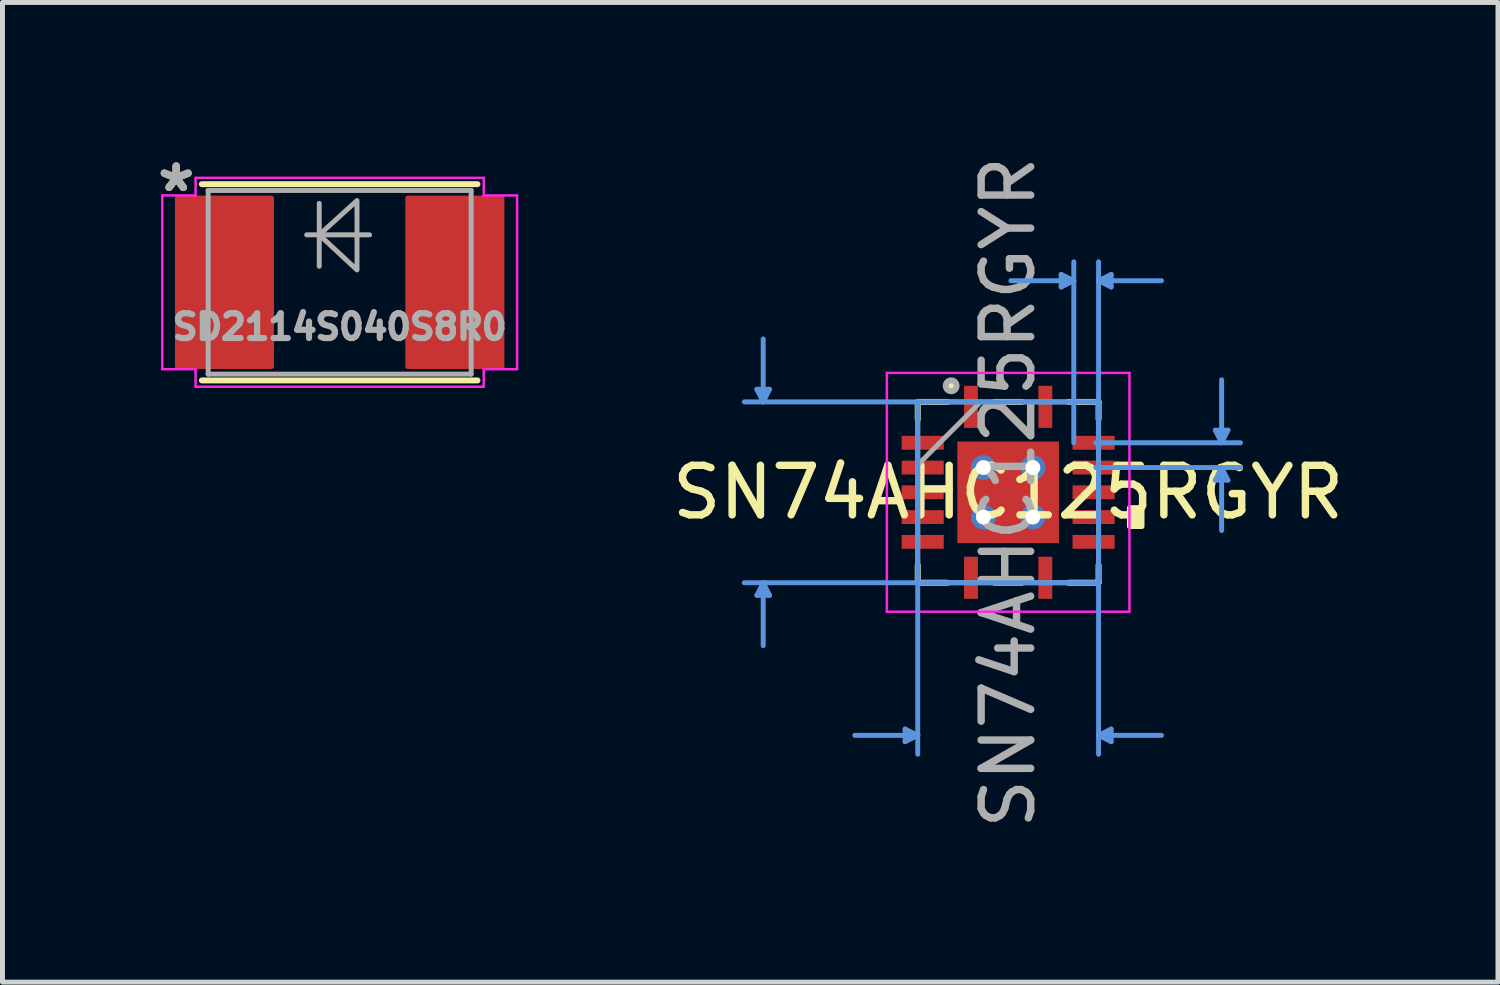
<source format=kicad_pcb>
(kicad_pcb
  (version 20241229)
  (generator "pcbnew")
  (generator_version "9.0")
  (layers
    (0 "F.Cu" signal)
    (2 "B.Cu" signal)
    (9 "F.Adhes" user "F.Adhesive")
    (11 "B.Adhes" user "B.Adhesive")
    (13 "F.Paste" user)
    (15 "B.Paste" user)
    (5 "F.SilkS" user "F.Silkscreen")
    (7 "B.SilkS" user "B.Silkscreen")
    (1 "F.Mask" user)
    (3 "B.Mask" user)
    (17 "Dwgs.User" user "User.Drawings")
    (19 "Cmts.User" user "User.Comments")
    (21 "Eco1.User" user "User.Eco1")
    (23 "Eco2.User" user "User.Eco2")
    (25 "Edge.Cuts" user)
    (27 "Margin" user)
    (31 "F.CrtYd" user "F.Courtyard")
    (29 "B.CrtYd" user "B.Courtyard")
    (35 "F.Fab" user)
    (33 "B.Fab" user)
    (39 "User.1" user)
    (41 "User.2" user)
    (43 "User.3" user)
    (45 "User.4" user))
  (footprint "SD2114S040S8R0"
    (layer "F.Cu")
    (at 3.806 2.648)
    (property "Reference" "SD2114S040S8R0" (at 0 0.9 0) (layer "F.Fab") (effects (font (size 0.5 0.5) (thickness 0.125))))
    (attr smd)
    (fp_line (start -2.781 1.981) (end 2.781 1.981) (stroke (width 0.12) (type solid)) (layer "F.SilkS"))
    (fp_line (start 2.781 -1.981) (end -2.781 -1.981) (stroke (width 0.12) (type solid)) (layer "F.SilkS"))
    (fp_line (start -3.581 -1.753) (end -2.908 -1.753) (stroke (width 0.05) (type solid)) (layer "F.CrtYd"))
    (fp_line (start -3.581 1.753) (end -3.581 -1.753) (stroke (width 0.05) (type solid)) (layer "F.CrtYd"))
    (fp_line (start -2.908 -2.108) (end 2.908 -2.108) (stroke (width 0.05) (type solid)) (layer "F.CrtYd"))
    (fp_line (start -2.908 -1.753) (end -2.908 -2.108) (stroke (width 0.05) (type solid)) (layer "F.CrtYd"))
    (fp_line (start -2.908 1.753) (end -3.581 1.753) (stroke (width 0.05) (type solid)) (layer "F.CrtYd"))
    (fp_line (start -2.908 2.108) (end -2.908 1.753) (stroke (width 0.05) (type solid)) (layer "F.CrtYd"))
    (fp_line (start 2.908 -2.108) (end 2.908 -1.753) (stroke (width 0.05) (type solid)) (layer "F.CrtYd"))
    (fp_line (start 2.908 -1.753) (end 3.581 -1.753) (stroke (width 0.05) (type solid)) (layer "F.CrtYd"))
    (fp_line (start 2.908 1.753) (end 2.908 2.108) (stroke (width 0.05) (type solid)) (layer "F.CrtYd"))
    (fp_line (start 2.908 2.108) (end -2.908 2.108) (stroke (width 0.05) (type solid)) (layer "F.CrtYd"))
    (fp_line (start 3.581 -1.753) (end 3.581 1.753) (stroke (width 0.05) (type solid)) (layer "F.CrtYd"))
    (fp_line (start 3.581 1.753) (end 2.908 1.753) (stroke (width 0.05) (type solid)) (layer "F.CrtYd"))
    (fp_line (start -2.654 -1.854) (end -2.654 1.854) (stroke (width 0.1) (type solid)) (layer "F.Fab"))
    (fp_line (start -2.654 1.854) (end 2.654 1.854) (stroke (width 0.1) (type solid)) (layer "F.Fab"))
    (fp_line (start -0.412 -1.593) (end -0.412 -0.323) (stroke (width 0.1) (type solid)) (layer "F.Fab"))
    (fp_line (start 0.604 -0.958) (end -0.666 -0.958) (stroke (width 0.1) (type solid)) (layer "F.Fab"))
    (fp_line (start 2.654 -1.854) (end -2.654 -1.854) (stroke (width 0.1) (type solid)) (layer "F.Fab"))
    (fp_line (start 2.654 1.854) (end 2.654 -1.854) (stroke (width 0.1) (type solid)) (layer "F.Fab"))
    (fp_poly (pts (xy 0.35 -0.25) (xy -0.412 -0.958) (xy 0.35 -1.65)) (stroke (width 0.1) (type solid)) (fill no) (layer "F.Fab"))
    (fp_text user "*" (at -3.3 -1.8 0) (layer "F.SilkS") (effects (font (size 1 1) (thickness 0.15))))
    (fp_text user "*" (at -3.3 -1.8 0) (layer "F.Fab") (effects (font (size 1 1) (thickness 0.15))))
    (pad "1" smd roundrect (at -2.325 0) (size 2 3.5) (layers "F.Cu" "F.Mask" "F.Paste") (roundrect_rratio 0.025))
    (pad "2" smd roundrect (at 2.325 0) (size 2 3.5) (layers "F.Cu" "F.Mask" "F.Paste") (roundrect_rratio 0.025)))
  (footprint "SN74AHC125RGYR"
    (layer "F.Cu")
    (at 17.299 6.887)
    (property "Reference" "SN74AHC125RGYR" (at 0 0 180) (layer "F.SilkS") (effects (font (size 1 1) (thickness 0.15))))
    (attr smd)
    (fp_rect (start -0.97 -0.97) (end -0.15 -0.15) (stroke (width 0.12) (type solid)) (fill yes) (layer "F.Mask"))
    (fp_rect (start -0.15 0.15) (end -0.97 0.97) (stroke (width 0.12) (type solid)) (fill yes) (layer "F.Mask"))
    (fp_rect (start 0.15 -0.97) (end 0.97 -0.15) (stroke (width 0.12) (type solid)) (fill yes) (layer "F.Mask"))
    (fp_rect (start 0.15 0.15) (end 0.97 0.97) (stroke (width 0.12) (type solid)) (fill yes) (layer "F.Mask"))
    (fp_line (start -1.825 -1.825) (end -1.825 -1.473) (stroke (width 0.12) (type solid)) (layer "F.SilkS"))
    (fp_line (start -1.825 1.473) (end -1.825 1.825) (stroke (width 0.12) (type solid)) (layer "F.SilkS"))
    (fp_line (start -1.825 1.825) (end -1.223 1.825) (stroke (width 0.12) (type solid)) (layer "F.SilkS"))
    (fp_line (start -1.223 -1.825) (end -1.825 -1.825) (stroke (width 0.12) (type solid)) (layer "F.SilkS"))
    (fp_line (start -0.277 1.825) (end 0.277 1.825) (stroke (width 0.12) (type solid)) (layer "F.SilkS"))
    (fp_line (start 0.277 -1.825) (end -0.277 -1.825) (stroke (width 0.12) (type solid)) (layer "F.SilkS"))
    (fp_line (start 1.223 1.825) (end 1.825 1.825) (stroke (width 0.12) (type solid)) (layer "F.SilkS"))
    (fp_line (start 1.825 -1.825) (end 1.223 -1.825) (stroke (width 0.12) (type solid)) (layer "F.SilkS"))
    (fp_line (start 1.825 -1.473) (end 1.825 -1.825) (stroke (width 0.12) (type solid)) (layer "F.SilkS"))
    (fp_line (start 1.825 1.825) (end 1.825 1.473) (stroke (width 0.12) (type solid)) (layer "F.SilkS"))
    (fp_circle (center -1.15 -2.15) (end -1.1 -2.15) (stroke (width 0.12) (type solid)) (fill yes) (layer "F.SilkS"))
    (fp_poly (pts (xy 2.702 0.309) (xy 2.702 0.69) (xy 2.448 0.69) (xy 2.448 0.309)) (stroke (width 0.1) (type solid)) (fill yes) (layer "F.SilkS"))
    (fp_poly (pts (xy -2.143 -1.089) (xy -2.143 -0.911) (xy -1.395 -0.911) (xy -1.395 -1.089)) (stroke (width 0.1) (type solid)) (fill yes) (layer "F.Paste"))
    (fp_poly (pts (xy -2.143 -0.589) (xy -2.143 -0.411) (xy -1.395 -0.411) (xy -1.395 -0.589)) (stroke (width 0.1) (type solid)) (fill yes) (layer "F.Paste"))
    (fp_poly (pts (xy -2.143 -0.089) (xy -2.143 0.089) (xy -1.395 0.089) (xy -1.395 -0.089)) (stroke (width 0.1) (type solid)) (fill yes) (layer "F.Paste"))
    (fp_poly (pts (xy -2.143 0.411) (xy -2.143 0.589) (xy -1.395 0.589) (xy -1.395 0.411)) (stroke (width 0.1) (type solid)) (fill yes) (layer "F.Paste"))
    (fp_poly (pts (xy -2.143 0.911) (xy -2.143 1.089) (xy -1.395 1.089) (xy -1.395 0.911)) (stroke (width 0.1) (type solid)) (fill yes) (layer "F.Paste"))
    (fp_poly (pts (xy -0.839 -2.105) (xy -0.839 -1.357) (xy -0.661 -1.357) (xy -0.661 -2.105)) (stroke (width 0.1) (type solid)) (fill yes) (layer "F.Paste"))
    (fp_poly (pts (xy -0.839 1.357) (xy -0.839 2.105) (xy -0.661 2.105) (xy -0.661 1.357)) (stroke (width 0.1) (type solid)) (fill yes) (layer "F.Paste"))
    (fp_poly (pts (xy 0.661 -2.105) (xy 0.661 -1.357) (xy 0.839 -1.357) (xy 0.839 -2.105)) (stroke (width 0.1) (type solid)) (fill yes) (layer "F.Paste"))
    (fp_poly (pts (xy 0.661 1.357) (xy 0.661 2.105) (xy 0.839 2.105) (xy 0.839 1.357)) (stroke (width 0.1) (type solid)) (fill yes) (layer "F.Paste"))
    (fp_poly (pts (xy 1.395 -1.089) (xy 1.395 -0.911) (xy 2.143 -0.911) (xy 2.143 -1.089)) (stroke (width 0.1) (type solid)) (fill yes) (layer "F.Paste"))
    (fp_poly (pts (xy 1.395 -0.589) (xy 1.395 -0.411) (xy 2.143 -0.411) (xy 2.143 -0.589)) (stroke (width 0.1) (type solid)) (fill yes) (layer "F.Paste"))
    (fp_poly (pts (xy 1.395 -0.089) (xy 1.395 0.089) (xy 2.143 0.089) (xy 2.143 -0.089)) (stroke (width 0.1) (type solid)) (fill yes) (layer "F.Paste"))
    (fp_poly (pts (xy 1.395 0.411) (xy 1.395 0.589) (xy 2.143 0.589) (xy 2.143 0.411)) (stroke (width 0.1) (type solid)) (fill yes) (layer "F.Paste"))
    (fp_poly (pts (xy 1.395 0.911) (xy 1.395 1.089) (xy 2.143 1.089) (xy 2.143 0.911)) (stroke (width 0.1) (type solid)) (fill yes) (layer "F.Paste"))
    (fp_poly (pts (xy -0.95 -0.95) (xy -0.95 -0.494) (xy -0.635 -0.494) (xy -0.494 -0.635) (xy -0.494 -0.95)) (stroke (width 0.1) (type solid)) (fill yes) (layer "F.Paste"))
    (fp_poly (pts (xy -0.95 0.494) (xy -0.95 0.95) (xy -0.494 0.95) (xy -0.494 0.635) (xy -0.635 0.494)) (stroke (width 0.1) (type solid)) (fill yes) (layer "F.Paste"))
    (fp_poly (pts (xy 0.494 -0.95) (xy 0.494 -0.635) (xy 0.635 -0.494) (xy 0.95 -0.494) (xy 0.95 -0.95)) (stroke (width 0.1) (type solid)) (fill yes) (layer "F.Paste"))
    (fp_poly (pts (xy 0.635 0.494) (xy 0.494 0.635) (xy 0.494 0.95) (xy 0.95 0.95) (xy 0.95 0.494)) (stroke (width 0.1) (type solid)) (fill yes) (layer "F.Paste"))
    (fp_poly (pts (xy -0.95 -0.294) (xy -0.95 0.294) (xy -0.635 0.294) (xy -0.494 0.152) (xy -0.494 -0.152) (xy -0.635 -0.294)) (stroke (width 0.1) (type solid)) (fill yes) (layer "F.Paste"))
    (fp_poly (pts (xy -0.294 -0.95) (xy -0.294 -0.635) (xy -0.152 -0.494) (xy 0.152 -0.494) (xy 0.294 -0.635) (xy 0.294 -0.95)) (stroke (width 0.1) (type solid)) (fill yes) (layer "F.Paste"))
    (fp_poly (pts (xy -0.152 0.494) (xy -0.294 0.635) (xy -0.294 0.95) (xy 0.294 0.95) (xy 0.294 0.635) (xy 0.152 0.494)) (stroke (width 0.1) (type solid)) (fill yes) (layer "F.Paste"))
    (fp_poly (pts (xy 0.635 -0.294) (xy 0.494 -0.152) (xy 0.494 0.152) (xy 0.635 0.294) (xy 0.95 0.294) (xy 0.95 -0.294)) (stroke (width 0.1) (type solid)) (fill yes) (layer "F.Paste"))
    (fp_poly (pts (xy -0.152 -0.294) (xy -0.294 -0.152) (xy -0.294 0.152) (xy -0.152 0.294) (xy 0.152 0.294) (xy 0.294 0.152) (xy 0.294 -0.152) (xy 0.152 -0.294)) (stroke (width 0.1) (type solid)) (fill yes) (layer "F.Paste"))
    (fp_line (start -5.071 -2.079) (end -4.817 -2.079) (stroke (width 0.1) (type solid)) (layer "Cmts.User"))
    (fp_line (start -5.071 2.079) (end -4.817 2.079) (stroke (width 0.1) (type solid)) (layer "Cmts.User"))
    (fp_line (start -4.944 -1.825) (end -5.071 -2.079) (stroke (width 0.1) (type solid)) (layer "Cmts.User"))
    (fp_line (start -4.944 -1.825) (end -4.944 -3.095) (stroke (width 0.1) (type solid)) (layer "Cmts.User"))
    (fp_line (start -4.944 -1.825) (end -4.817 -2.079) (stroke (width 0.1) (type solid)) (layer "Cmts.User"))
    (fp_line (start -4.944 1.825) (end -5.071 2.079) (stroke (width 0.1) (type solid)) (layer "Cmts.User"))
    (fp_line (start -4.944 1.825) (end -4.944 3.095) (stroke (width 0.1) (type solid)) (layer "Cmts.User"))
    (fp_line (start -4.944 1.825) (end -4.817 2.079) (stroke (width 0.1) (type solid)) (layer "Cmts.User"))
    (fp_line (start -2.079 4.779) (end -2.079 5.033) (stroke (width 0.1) (type solid)) (layer "Cmts.User"))
    (fp_line (start -1.825 -1.825) (end -1.825 5.287) (stroke (width 0.1) (type solid)) (layer "Cmts.User"))
    (fp_line (start -1.825 4.906) (end -3.095 4.906) (stroke (width 0.1) (type solid)) (layer "Cmts.User"))
    (fp_line (start -1.825 4.906) (end -2.079 4.779) (stroke (width 0.1) (type solid)) (layer "Cmts.User"))
    (fp_line (start -1.825 4.906) (end -2.079 5.033) (stroke (width 0.1) (type solid)) (layer "Cmts.User"))
    (fp_line (start 1.071 -4.398) (end 1.071 -4.144) (stroke (width 0.1) (type solid)) (layer "Cmts.User"))
    (fp_line (start 1.325 -4.271) (end 0.055 -4.271) (stroke (width 0.1) (type solid)) (layer "Cmts.User"))
    (fp_line (start 1.325 -4.271) (end 1.071 -4.398) (stroke (width 0.1) (type solid)) (layer "Cmts.User"))
    (fp_line (start 1.325 -4.271) (end 1.071 -4.144) (stroke (width 0.1) (type solid)) (layer "Cmts.User"))
    (fp_line (start 1.325 -1) (end 1.325 -4.652) (stroke (width 0.1) (type solid)) (layer "Cmts.User"))
    (fp_line (start 1.769 -1) (end 4.69 -1) (stroke (width 0.1) (type solid)) (layer "Cmts.User"))
    (fp_line (start 1.769 -0.5) (end 4.69 -0.5) (stroke (width 0.1) (type solid)) (layer "Cmts.User"))
    (fp_line (start 1.825 -4.271) (end 2.079 -4.398) (stroke (width 0.1) (type solid)) (layer "Cmts.User"))
    (fp_line (start 1.825 -4.271) (end 2.079 -4.144) (stroke (width 0.1) (type solid)) (layer "Cmts.User"))
    (fp_line (start 1.825 -4.271) (end 3.095 -4.271) (stroke (width 0.1) (type solid)) (layer "Cmts.User"))
    (fp_line (start 1.825 -1) (end 1.825 -4.652) (stroke (width 0.1) (type solid)) (layer "Cmts.User"))
    (fp_line (start 1.825 -1.825) (end -5.325 -1.825) (stroke (width 0.1) (type solid)) (layer "Cmts.User"))
    (fp_line (start 1.825 -1.825) (end 1.825 5.287) (stroke (width 0.1) (type solid)) (layer "Cmts.User"))
    (fp_line (start 1.825 1.825) (end -5.325 1.825) (stroke (width 0.1) (type solid)) (layer "Cmts.User"))
    (fp_line (start 1.825 4.906) (end 2.079 4.779) (stroke (width 0.1) (type solid)) (layer "Cmts.User"))
    (fp_line (start 1.825 4.906) (end 2.079 5.033) (stroke (width 0.1) (type solid)) (layer "Cmts.User"))
    (fp_line (start 1.825 4.906) (end 3.095 4.906) (stroke (width 0.1) (type solid)) (layer "Cmts.User"))
    (fp_line (start 2.079 -4.398) (end 2.079 -4.144) (stroke (width 0.1) (type solid)) (layer "Cmts.User"))
    (fp_line (start 2.079 4.779) (end 2.079 5.033) (stroke (width 0.1) (type solid)) (layer "Cmts.User"))
    (fp_line (start 4.182 -1.254) (end 4.436 -1.254) (stroke (width 0.1) (type solid)) (layer "Cmts.User"))
    (fp_line (start 4.182 -0.246) (end 4.436 -0.246) (stroke (width 0.1) (type solid)) (layer "Cmts.User"))
    (fp_line (start 4.309 -1) (end 4.182 -1.254) (stroke (width 0.1) (type solid)) (layer "Cmts.User"))
    (fp_line (start 4.309 -1) (end 4.309 -2.27) (stroke (width 0.1) (type solid)) (layer "Cmts.User"))
    (fp_line (start 4.309 -1) (end 4.436 -1.254) (stroke (width 0.1) (type solid)) (layer "Cmts.User"))
    (fp_line (start 4.309 -0.5) (end 4.182 -0.246) (stroke (width 0.1) (type solid)) (layer "Cmts.User"))
    (fp_line (start 4.309 -0.5) (end 4.309 0.77) (stroke (width 0.1) (type solid)) (layer "Cmts.User"))
    (fp_line (start 4.309 -0.5) (end 4.436 -0.246) (stroke (width 0.1) (type solid)) (layer "Cmts.User"))
    (fp_line (start -2.448 -2.41) (end 2.448 -2.41) (stroke (width 0.05) (type solid)) (layer "F.CrtYd"))
    (fp_line (start -2.448 2.41) (end -2.448 -2.41) (stroke (width 0.05) (type solid)) (layer "F.CrtYd"))
    (fp_line (start 2.448 -2.41) (end 2.448 2.41) (stroke (width 0.05) (type solid)) (layer "F.CrtYd"))
    (fp_line (start 2.448 2.41) (end -2.448 2.41) (stroke (width 0.05) (type solid)) (layer "F.CrtYd"))
    (fp_line (start -1.825 -1.825) (end -1.825 1.825) (stroke (width 0.1) (type solid)) (layer "F.Fab"))
    (fp_line (start -1.825 -0.555) (end -0.555 -1.825) (stroke (width 0.1) (type solid)) (layer "F.Fab"))
    (fp_line (start -1.825 1.825) (end 1.825 1.825) (stroke (width 0.1) (type solid)) (layer "F.Fab"))
    (fp_line (start 1.825 -1.825) (end -1.825 -1.825) (stroke (width 0.1) (type solid)) (layer "F.Fab"))
    (fp_line (start 1.825 1.825) (end 1.825 -1.825) (stroke (width 0.1) (type solid)) (layer "F.Fab"))
    (fp_circle (center -1.15 -2.15) (end -1.1 -2.15) (stroke (width 0.12) (type solid)) (fill no) (layer "F.Fab"))
    (fp_text user "${REFERENCE}" (at 0 0 90) (unlocked yes) (layer "F.Fab") (effects (font (size 1 1) (thickness 0.15))))
    (pad "1" smd rect (at -0.75 -1.725) (size 0.28 0.85) (layers "F.Cu" "F.Mask"))
    (pad "2" smd rect (at -1.725 -1 90) (size 0.28 0.85) (layers "F.Cu" "F.Mask"))
    (pad "3" smd rect (at -1.725 -0.5 90) (size 0.28 0.85) (layers "F.Cu" "F.Mask"))
    (pad "4" smd rect (at -1.725 0 90) (size 0.28 0.85) (layers "F.Cu" "F.Mask"))
    (pad "5" smd rect (at -1.725 0.5 90) (size 0.28 0.85) (layers "F.Cu" "F.Mask"))
    (pad "6" smd rect (at -1.725 1 90) (size 0.28 0.85) (layers "F.Cu" "F.Mask"))
    (pad "7" smd rect (at -0.75 1.725) (size 0.28 0.85) (layers "F.Cu" "F.Mask"))
    (pad "8" smd rect (at 0.75 1.725) (size 0.28 0.85) (layers "F.Cu" "F.Mask"))
    (pad "9" smd rect (at 1.725 1 90) (size 0.28 0.85) (layers "F.Cu" "F.Mask"))
    (pad "10" smd rect (at 1.725 0.5 90) (size 0.28 0.85) (layers "F.Cu" "F.Mask"))
    (pad "11" smd rect (at 1.725 0 90) (size 0.28 0.85) (layers "F.Cu" "F.Mask"))
    (pad "12" smd rect (at 1.725 -0.5 90) (size 0.28 0.85) (layers "F.Cu" "F.Mask"))
    (pad "13" smd rect (at 1.725 -1 90) (size 0.28 0.85) (layers "F.Cu" "F.Mask"))
    (pad "14" smd rect (at 0.75 -1.725) (size 0.28 0.85) (layers "F.Cu" "F.Mask"))
    (pad "PAD" thru_hole circle (at -0.5 -0.5) (size 0.5 0.5) (drill 0.3) (property pad_prop_heatsink) (layers "*.Cu" "*.Mask"))
    (pad "PAD" thru_hole circle (at -0.5 0.5) (size 0.5 0.5) (drill 0.3) (property pad_prop_heatsink) (layers "*.Cu"))
    (pad "PAD" smd rect (at 0 0) (size 2.05 2.05) (layers "F.Cu"))
    (pad "PAD" thru_hole circle (at 0.5 -0.5) (size 0.5 0.5) (drill 0.3) (property pad_prop_heatsink) (layers "*.Cu"))
    (pad "PAD" thru_hole circle (at 0.5 0.5) (size 0.5 0.5) (drill 0.3) (property pad_prop_heatsink) (layers "*.Cu")))
  (gr_rect
    (start -3 -3)
    (end 27.186 16.774)
    (stroke (width 0.1) (type default))
    (fill no)
    (layer "Edge.Cuts")))
</source>
